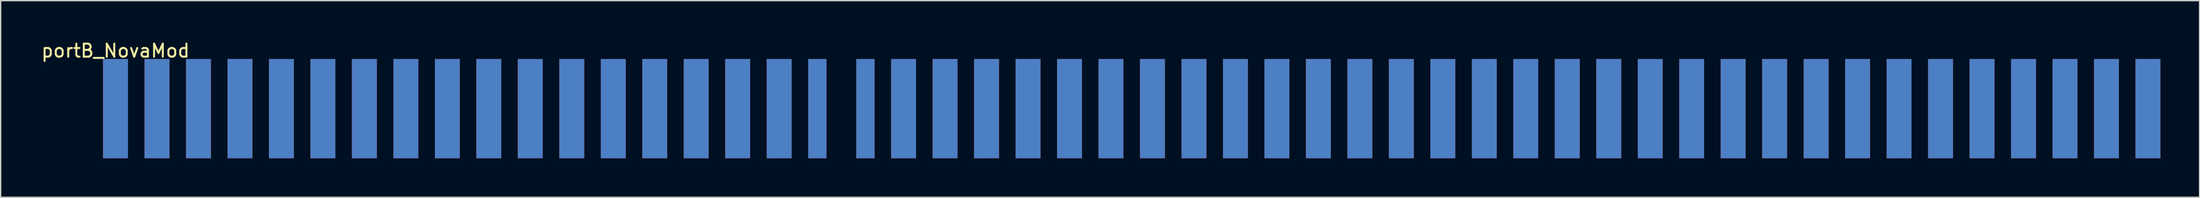
<source format=kicad_pcb>
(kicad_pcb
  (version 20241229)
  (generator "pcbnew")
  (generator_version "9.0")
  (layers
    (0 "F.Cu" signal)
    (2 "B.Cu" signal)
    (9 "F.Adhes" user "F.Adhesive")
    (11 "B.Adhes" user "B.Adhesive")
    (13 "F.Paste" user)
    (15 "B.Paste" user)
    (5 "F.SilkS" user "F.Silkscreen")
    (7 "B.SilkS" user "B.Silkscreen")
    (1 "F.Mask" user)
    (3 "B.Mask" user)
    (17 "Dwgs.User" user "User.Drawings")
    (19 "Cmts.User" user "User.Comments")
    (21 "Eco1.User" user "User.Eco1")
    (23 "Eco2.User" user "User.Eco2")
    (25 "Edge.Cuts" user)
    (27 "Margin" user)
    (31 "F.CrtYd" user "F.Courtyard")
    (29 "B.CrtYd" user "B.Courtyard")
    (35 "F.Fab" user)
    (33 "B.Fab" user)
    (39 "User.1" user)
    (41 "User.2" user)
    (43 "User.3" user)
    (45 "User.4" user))
  (footprint "portB_NovaMod"
    (layer "F.Cu")
    (at 5.792 5.293)
    (property "Reference" "portB_NovaMod" (at 0 -4.445 0) (layer "F.SilkS") (effects (font (size 1 1) (thickness 0.15))))
    (attr through_hole)
    (pad "1" smd rect (at 0 0) (size 1.905 7.62) (layers "F.Cu" "F.Mask" "F.Paste"))
    (pad "2" smd rect (at 0 0) (size 1.905 7.62) (layers "B.Cu" "B.Mask" "B.Paste"))
    (pad "3" smd rect (at 3.175 0) (size 1.905 7.62) (layers "F.Cu" "F.Mask" "F.Paste"))
    (pad "4" smd rect (at 3.175 0) (size 1.905 7.62) (layers "B.Cu" "B.Mask" "B.Paste"))
    (pad "5" smd rect (at 6.35 0) (size 1.905 7.62) (layers "F.Cu" "F.Mask" "F.Paste"))
    (pad "6" smd rect (at 6.35 0) (size 1.905 7.62) (layers "B.Cu" "B.Mask" "B.Paste"))
    (pad "7" smd rect (at 9.525 0) (size 1.905 7.62) (layers "F.Cu" "F.Mask" "F.Paste"))
    (pad "8" smd rect (at 9.525 0) (size 1.905 7.62) (layers "B.Cu" "B.Mask" "B.Paste"))
    (pad "9" smd rect (at 12.7 0) (size 1.905 7.62) (layers "F.Cu" "F.Mask" "F.Paste"))
    (pad "10" smd rect (at 12.7 0) (size 1.905 7.62) (layers "B.Cu" "B.Mask" "B.Paste"))
    (pad "11" smd rect (at 15.875 0) (size 1.905 7.62) (layers "F.Cu" "F.Mask" "F.Paste"))
    (pad "12" smd rect (at 15.875 0) (size 1.905 7.62) (layers "B.Cu" "B.Mask" "B.Paste"))
    (pad "13" smd rect (at 19.05 0) (size 1.905 7.62) (layers "F.Cu" "F.Mask" "F.Paste"))
    (pad "14" smd rect (at 19.05 0) (size 1.905 7.62) (layers "B.Cu" "B.Mask" "B.Paste"))
    (pad "15" smd rect (at 22.225 0) (size 1.905 7.62) (layers "F.Cu" "F.Mask" "F.Paste"))
    (pad "16" smd rect (at 22.225 0) (size 1.905 7.62) (layers "B.Cu" "B.Mask" "B.Paste"))
    (pad "17" smd rect (at 25.4 0) (size 1.905 7.62) (layers "F.Cu" "F.Mask" "F.Paste"))
    (pad "18" smd rect (at 25.4 0) (size 1.905 7.62) (layers "B.Cu" "B.Mask" "B.Paste"))
    (pad "19" smd rect (at 28.575 0) (size 1.905 7.62) (layers "F.Cu" "F.Mask" "F.Paste"))
    (pad "20" smd rect (at 28.575 0) (size 1.905 7.62) (layers "B.Cu" "B.Mask" "B.Paste"))
    (pad "21" smd rect (at 31.75 0) (size 1.905 7.62) (layers "F.Cu" "F.Mask" "F.Paste"))
    (pad "22" smd rect (at 31.75 0) (size 1.905 7.62) (layers "B.Cu" "B.Mask" "B.Paste"))
    (pad "23" smd rect (at 34.925 0) (size 1.905 7.62) (layers "F.Cu" "F.Mask" "F.Paste"))
    (pad "24" smd rect (at 34.925 0) (size 1.905 7.62) (layers "B.Cu" "B.Mask" "B.Paste"))
    (pad "25" smd rect (at 38.1 0) (size 1.905 7.62) (layers "F.Cu" "F.Mask" "F.Paste"))
    (pad "26" smd rect (at 38.1 0) (size 1.905 7.62) (layers "B.Cu" "B.Mask" "B.Paste"))
    (pad "27" smd rect (at 41.275 0) (size 1.905 7.62) (layers "F.Cu" "F.Mask" "F.Paste"))
    (pad "28" smd rect (at 41.275 0) (size 1.905 7.62) (layers "B.Cu" "B.Mask" "B.Paste"))
    (pad "29" smd rect (at 44.45 0) (size 1.905 7.62) (layers "F.Cu" "F.Mask" "F.Paste"))
    (pad "30" smd rect (at 44.45 0) (size 1.905 7.62) (layers "B.Cu" "B.Mask" "B.Paste"))
    (pad "31" smd rect (at 47.625 0) (size 1.905 7.62) (layers "F.Cu" "F.Mask" "F.Paste"))
    (pad "32" smd rect (at 47.625 0) (size 1.905 7.62) (layers "B.Cu" "B.Mask" "B.Paste"))
    (pad "33" smd rect (at 50.8 0) (size 1.905 7.62) (layers "F.Cu" "F.Mask" "F.Paste"))
    (pad "34" smd rect (at 50.8 0) (size 1.905 7.62) (layers "B.Cu" "B.Mask" "B.Paste"))
    (pad "35" smd rect (at 53.721 0) (size 1.397 7.62) (layers "F.Cu" "F.Mask" "F.Paste"))
    (pad "36" smd rect (at 53.721 0) (size 1.397 7.62) (layers "B.Cu" "B.Mask" "B.Paste"))
    (pad "37" smd rect (at 57.404 0) (size 1.397 7.62) (layers "F.Cu" "F.Mask" "F.Paste"))
    (pad "38" smd rect (at 57.404 0) (size 1.397 7.62) (layers "B.Cu" "B.Mask" "B.Paste"))
    (pad "39" smd rect (at 60.325 0) (size 1.905 7.62) (layers "F.Cu" "F.Mask" "F.Paste"))
    (pad "40" smd rect (at 60.325 0) (size 1.905 7.62) (layers "B.Cu" "B.Mask" "B.Paste"))
    (pad "41" smd rect (at 63.5 0) (size 1.905 7.62) (layers "F.Cu" "F.Mask" "F.Paste"))
    (pad "42" smd rect (at 63.5 0) (size 1.905 7.62) (layers "B.Cu" "B.Mask" "B.Paste"))
    (pad "43" smd rect (at 66.675 0) (size 1.905 7.62) (layers "F.Cu" "F.Mask" "F.Paste"))
    (pad "44" smd rect (at 66.675 0) (size 1.905 7.62) (layers "B.Cu" "B.Mask" "B.Paste"))
    (pad "45" smd rect (at 69.85 0) (size 1.905 7.62) (layers "F.Cu" "F.Mask" "F.Paste"))
    (pad "46" smd rect (at 69.85 0) (size 1.905 7.62) (layers "B.Cu" "B.Mask" "B.Paste"))
    (pad "47" smd rect (at 73.025 0) (size 1.905 7.62) (layers "F.Cu" "F.Mask" "F.Paste"))
    (pad "48" smd rect (at 73.025 0) (size 1.905 7.62) (layers "B.Cu" "B.Mask" "B.Paste"))
    (pad "49" smd rect (at 76.2 0) (size 1.905 7.62) (layers "F.Cu" "F.Mask" "F.Paste"))
    (pad "50" smd rect (at 76.2 0) (size 1.905 7.62) (layers "B.Cu" "B.Mask" "B.Paste"))
    (pad "51" smd rect (at 79.375 0) (size 1.905 7.62) (layers "F.Cu" "F.Mask" "F.Paste"))
    (pad "52" smd rect (at 79.375 0) (size 1.905 7.62) (layers "B.Cu" "B.Mask" "B.Paste"))
    (pad "53" smd rect (at 82.55 0) (size 1.905 7.62) (layers "F.Cu" "F.Mask" "F.Paste"))
    (pad "54" smd rect (at 82.55 0) (size 1.905 7.62) (layers "B.Cu" "B.Mask" "B.Paste"))
    (pad "55" smd rect (at 85.725 0) (size 1.905 7.62) (layers "F.Cu" "F.Mask" "F.Paste"))
    (pad "56" smd rect (at 85.725 0) (size 1.905 7.62) (layers "B.Cu" "B.Mask" "B.Paste"))
    (pad "57" smd rect (at 88.9 0) (size 1.905 7.62) (layers "F.Cu" "F.Mask" "F.Paste"))
    (pad "58" smd rect (at 88.9 0) (size 1.905 7.62) (layers "B.Cu" "B.Mask" "B.Paste"))
    (pad "59" smd rect (at 92.075 0) (size 1.905 7.62) (layers "F.Cu" "F.Mask" "F.Paste"))
    (pad "60" smd rect (at 92.075 0) (size 1.905 7.62) (layers "B.Cu" "B.Mask" "B.Paste"))
    (pad "61" smd rect (at 95.25 0) (size 1.905 7.62) (layers "F.Cu" "F.Mask" "F.Paste"))
    (pad "62" smd rect (at 95.25 0) (size 1.905 7.62) (layers "B.Cu" "B.Mask" "B.Paste"))
    (pad "63" smd rect (at 98.425 0) (size 1.905 7.62) (layers "F.Cu" "F.Mask" "F.Paste"))
    (pad "64" smd rect (at 98.425 0) (size 1.905 7.62) (layers "B.Cu" "B.Mask" "B.Paste"))
    (pad "65" smd rect (at 101.6 0) (size 1.905 7.62) (layers "F.Cu" "F.Mask" "F.Paste"))
    (pad "66" smd rect (at 101.6 0) (size 1.905 7.62) (layers "B.Cu" "B.Mask" "B.Paste"))
    (pad "67" smd rect (at 104.775 0) (size 1.905 7.62) (layers "F.Cu" "F.Mask" "F.Paste"))
    (pad "68" smd rect (at 104.775 0) (size 1.905 7.62) (layers "B.Cu" "B.Mask" "B.Paste"))
    (pad "69" smd rect (at 107.95 0) (size 1.905 7.62) (layers "F.Cu" "F.Mask" "F.Paste"))
    (pad "70" smd rect (at 107.95 0) (size 1.905 7.62) (layers "B.Cu" "B.Mask" "B.Paste"))
    (pad "71" smd rect (at 111.125 0) (size 1.905 7.62) (layers "F.Cu" "F.Mask" "F.Paste"))
    (pad "72" smd rect (at 111.125 0) (size 1.905 7.62) (layers "B.Cu" "B.Mask" "B.Paste"))
    (pad "73" smd rect (at 114.3 0) (size 1.905 7.62) (layers "F.Cu" "F.Mask" "F.Paste"))
    (pad "74" smd rect (at 114.3 0) (size 1.905 7.62) (layers "B.Cu" "B.Mask" "B.Paste"))
    (pad "75" smd rect (at 117.475 0) (size 1.905 7.62) (layers "F.Cu" "F.Mask" "F.Paste"))
    (pad "76" smd rect (at 117.475 0) (size 1.905 7.62) (layers "B.Cu" "B.Mask" "B.Paste"))
    (pad "77" smd rect (at 120.65 0) (size 1.905 7.62) (layers "F.Cu" "F.Mask" "F.Paste"))
    (pad "78" smd rect (at 120.65 0) (size 1.905 7.62) (layers "B.Cu" "B.Mask" "B.Paste"))
    (pad "79" smd rect (at 123.825 0) (size 1.905 7.62) (layers "F.Cu" "F.Mask" "F.Paste"))
    (pad "80" smd rect (at 123.825 0) (size 1.905 7.62) (layers "B.Cu" "B.Mask" "B.Paste"))
    (pad "81" smd rect (at 127 0) (size 1.905 7.62) (layers "F.Cu" "F.Mask" "F.Paste"))
    (pad "82" smd rect (at 127 0) (size 1.905 7.62) (layers "B.Cu" "B.Mask" "B.Paste"))
    (pad "83" smd rect (at 130.175 0) (size 1.905 7.62) (layers "F.Cu" "F.Mask" "F.Paste"))
    (pad "84" smd rect (at 130.175 0) (size 1.905 7.62) (layers "B.Cu" "B.Mask" "B.Paste"))
    (pad "85" smd rect (at 133.35 0) (size 1.905 7.62) (layers "F.Cu" "F.Mask" "F.Paste"))
    (pad "86" smd rect (at 133.35 0) (size 1.905 7.62) (layers "B.Cu" "B.Mask" "B.Paste"))
    (pad "87" smd rect (at 136.525 0) (size 1.905 7.62) (layers "F.Cu" "F.Mask" "F.Paste"))
    (pad "88" smd rect (at 136.525 0) (size 1.905 7.62) (layers "B.Cu" "B.Mask" "B.Paste"))
    (pad "89" smd rect (at 139.7 0) (size 1.905 7.62) (layers "F.Cu" "F.Mask" "F.Paste"))
    (pad "90" smd rect (at 139.7 0) (size 1.905 7.62) (layers "B.Cu" "B.Mask" "B.Paste"))
    (pad "91" smd rect (at 142.875 0) (size 1.905 7.62) (layers "F.Cu" "F.Mask" "F.Paste"))
    (pad "92" smd rect (at 142.875 0) (size 1.905 7.62) (layers "B.Cu" "B.Mask" "B.Paste"))
    (pad "93" smd rect (at 146.05 0) (size 1.905 7.62) (layers "F.Cu" "F.Mask" "F.Paste"))
    (pad "94" smd rect (at 146.05 0) (size 1.905 7.62) (layers "B.Cu" "B.Mask" "B.Paste"))
    (pad "95" smd rect (at 149.225 0) (size 1.905 7.62) (layers "F.Cu" "F.Mask" "F.Paste"))
    (pad "96" smd rect (at 149.225 0) (size 1.905 7.62) (layers "B.Cu" "B.Mask" "B.Paste"))
    (pad "97" smd rect (at 152.4 0) (size 1.905 7.62) (layers "F.Cu" "F.Mask" "F.Paste"))
    (pad "98" smd rect (at 152.4 0) (size 1.905 7.62) (layers "B.Cu" "B.Mask" "B.Paste"))
    (pad "99" smd rect (at 155.575 0) (size 1.905 7.62) (layers "F.Cu" "F.Mask" "F.Paste"))
    (pad "100" smd rect (at 155.575 0) (size 1.905 7.62) (layers "B.Cu" "B.Mask" "B.Paste")))
  (gr_rect
    (start -3 -3)
    (end 165.319 12.103)
    (stroke (width 0.1) (type default))
    (fill no)
    (layer "Edge.Cuts")))
</source>
